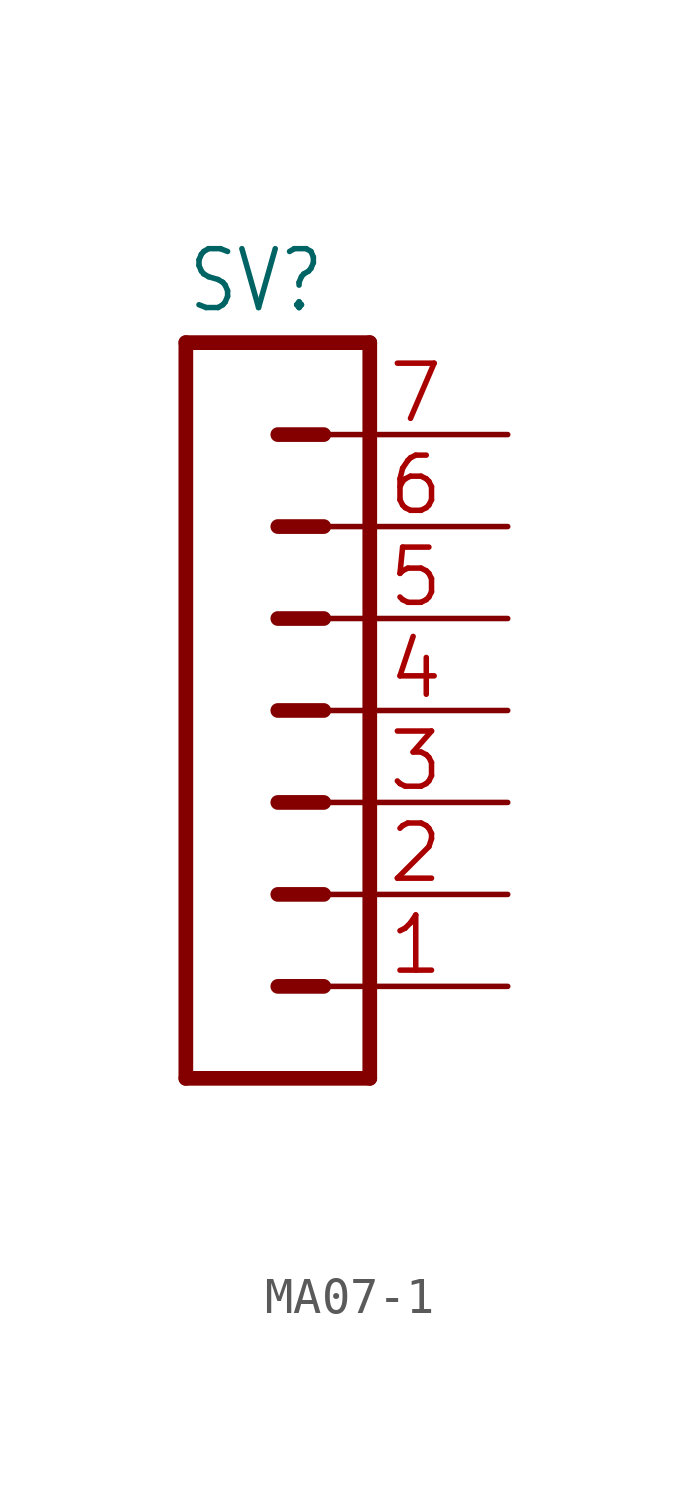
<source format=kicad_sym>
(kicad_symbol_lib
  (version 20241209)
  (generator "kicad_symbol_editor")
  (generator_version "9.0")
  (symbol "MA07-1"
    (property "Reference" "SV"
      (at -1.27 10.922 0)
      (effects (font (size 1.626 1.382)) (justify left bottom)))
    (property "Value" ""
      (at -1.27 -12.7 0)
      (effects (font (size 1.626 1.382)) (justify left bottom)))
    (property "ki_locked" ""
      (at 0 0 0)
      (effects (font (size 1.27 1.27))))
    (symbol "MA07-1_1_0"
      (polyline (pts (xy -1.27 10.16) (xy -1.27 -10.16)) (stroke (width 0.406) (type solid)) (fill (type none)))
      (polyline (pts (xy -1.27 10.16) (xy 3.81 10.16)) (stroke (width 0.406) (type solid)) (fill (type none)))
      (polyline (pts (xy 1.27 7.62) (xy 2.54 7.62)) (stroke (width 0.406) (type solid)) (fill (type none)))
      (polyline (pts (xy 1.27 5.08) (xy 2.54 5.08)) (stroke (width 0.406) (type solid)) (fill (type none)))
      (polyline (pts (xy 1.27 2.54) (xy 2.54 2.54)) (stroke (width 0.406) (type solid)) (fill (type none)))
      (polyline (pts (xy 1.27 0) (xy 2.54 0)) (stroke (width 0.406) (type solid)) (fill (type none)))
      (polyline (pts (xy 1.27 -2.54) (xy 2.54 -2.54)) (stroke (width 0.406) (type solid)) (fill (type none)))
      (polyline (pts (xy 1.27 -5.08) (xy 2.54 -5.08)) (stroke (width 0.406) (type solid)) (fill (type none)))
      (polyline (pts (xy 1.27 -7.62) (xy 2.54 -7.62)) (stroke (width 0.406) (type solid)) (fill (type none)))
      (polyline (pts (xy 3.81 -10.16) (xy -1.27 -10.16)) (stroke (width 0.406) (type solid)) (fill (type none)))
      (polyline (pts (xy 3.81 -10.16) (xy 3.81 10.16)) (stroke (width 0.406) (type solid)) (fill (type none)))
      (pin passive line (at 7.62 7.62 180) (length 5.08) (name "7" (effects (font (size 0 0)))) (number "7" (effects (font (size 1.524 1.524)))))
      (pin passive line (at 7.62 5.08 180) (length 5.08) (name "6" (effects (font (size 0 0)))) (number "6" (effects (font (size 1.524 1.524)))))
      (pin passive line (at 7.62 2.54 180) (length 5.08) (name "5" (effects (font (size 0 0)))) (number "5" (effects (font (size 1.524 1.524)))))
      (pin passive line (at 7.62 0 180) (length 5.08) (name "4" (effects (font (size 0 0)))) (number "4" (effects (font (size 1.524 1.524)))))
      (pin passive line (at 7.62 -2.54 180) (length 5.08) (name "3" (effects (font (size 0 0)))) (number "3" (effects (font (size 1.524 1.524)))))
      (pin passive line (at 7.62 -5.08 180) (length 5.08) (name "2" (effects (font (size 0 0)))) (number "2" (effects (font (size 1.524 1.524)))))
      (pin passive line (at 7.62 -7.62 180) (length 5.08) (name "1" (effects (font (size 0 0)))) (number "1" (effects (font (size 1.524 1.524))))))))
</source>
